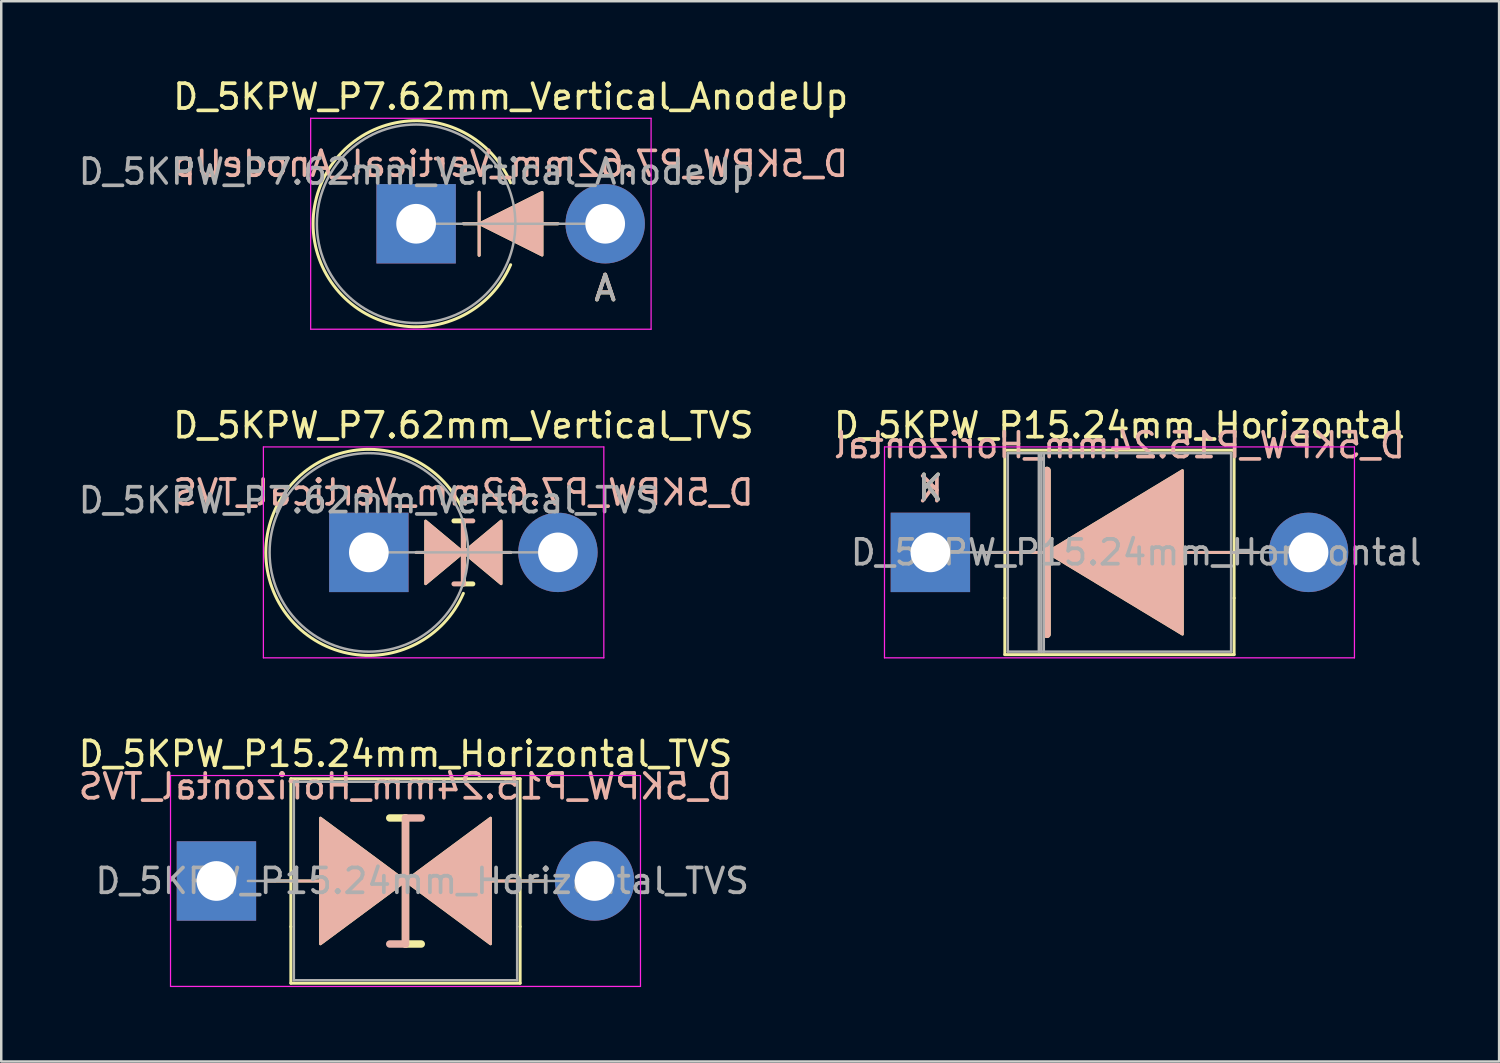
<source format=kicad_pcb>
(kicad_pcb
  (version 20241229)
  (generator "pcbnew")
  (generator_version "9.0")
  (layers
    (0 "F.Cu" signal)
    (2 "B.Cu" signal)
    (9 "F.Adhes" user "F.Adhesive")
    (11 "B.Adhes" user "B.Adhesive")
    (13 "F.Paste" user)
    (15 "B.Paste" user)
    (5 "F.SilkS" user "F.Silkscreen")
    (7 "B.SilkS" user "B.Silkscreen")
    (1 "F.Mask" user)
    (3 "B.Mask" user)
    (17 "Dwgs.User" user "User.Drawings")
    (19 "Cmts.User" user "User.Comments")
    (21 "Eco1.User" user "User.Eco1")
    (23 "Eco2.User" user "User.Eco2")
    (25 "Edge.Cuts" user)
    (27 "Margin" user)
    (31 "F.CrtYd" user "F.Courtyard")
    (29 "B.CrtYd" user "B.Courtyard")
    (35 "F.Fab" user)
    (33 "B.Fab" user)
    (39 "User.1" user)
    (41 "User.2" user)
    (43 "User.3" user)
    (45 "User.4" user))
  (footprint "D_5KPW_P7.62mm_Vertical_TVS"
    (layer "F.Cu")
    (at 11.815 19.212)
    (property "Reference" "D_5KPW_P7.62mm_Vertical_TVS" (at 3.81 -5.12 0) (layer "F.SilkS") (effects (font (size 1 1) (thickness 0.15))))
    (fp_line (start 1.905 0) (end 5.72 0) (stroke (width 0.12) (type solid)) (layer "F.SilkS"))
    (fp_line (start 3.81 -1.27) (end 3.429 -1.27) (stroke (width 0.2) (type solid)) (layer "F.SilkS"))
    (fp_line (start 3.81 1.27) (end 3.81 -1.27) (stroke (width 0.2) (type solid)) (layer "F.SilkS"))
    (fp_line (start 3.81 1.27) (end 4.191 1.27) (stroke (width 0.2) (type solid)) (layer "F.SilkS"))
    (fp_arc (start 3.809999 1.651) (mid -4.152336 0) (end 3.809999 -1.650999) (stroke (width 0.12) (type solid)) (layer "F.SilkS"))
    (fp_poly (pts (xy 3.81 0) (xy 2.286 1.27) (xy 2.286 -1.27)) (stroke (width 0.1) (type solid)) (fill yes) (layer "F.SilkS"))
    (fp_poly (pts (xy 5.334 1.27) (xy 3.81 0) (xy 5.334 -1.27)) (stroke (width 0.1) (type solid)) (fill yes) (layer "F.SilkS"))
    (fp_line (start 1.905 0) (end 5.72 0) (stroke (width 0.12) (type solid)) (layer "B.SilkS"))
    (fp_line (start 3.81 -1.27) (end 3.81 1.27) (stroke (width 0.2) (type solid)) (layer "B.SilkS"))
    (fp_line (start 3.81 -1.27) (end 4.191 -1.27) (stroke (width 0.2) (type solid)) (layer "B.SilkS"))
    (fp_line (start 3.81 1.27) (end 3.429 1.27) (stroke (width 0.2) (type solid)) (layer "B.SilkS"))
    (fp_poly (pts (xy 3.81 0) (xy 2.286 -1.27) (xy 2.286 1.27)) (stroke (width 0.1) (type solid)) (fill yes) (layer "B.SilkS"))
    (fp_poly (pts (xy 5.334 -1.27) (xy 3.81 0) (xy 5.334 1.27)) (stroke (width 0.1) (type solid)) (fill yes) (layer "B.SilkS"))
    (fp_line (start -4.25 -4.25) (end -4.25 4.25) (stroke (width 0.05) (type solid)) (layer "F.CrtYd"))
    (fp_line (start -4.25 4.25) (end 9.47 4.25) (stroke (width 0.05) (type solid)) (layer "F.CrtYd"))
    (fp_line (start 9.47 -4.25) (end -4.25 -4.25) (stroke (width 0.05) (type solid)) (layer "F.CrtYd"))
    (fp_line (start 9.47 4.25) (end 9.47 -4.25) (stroke (width 0.05) (type solid)) (layer "F.CrtYd"))
    (fp_line (start 0 0) (end 7.62 0) (stroke (width 0.1) (type solid)) (layer "F.Fab"))
    (fp_circle (center 0 0) (end 4 0) (stroke (width 0.1) (type solid)) (fill no) (layer "F.Fab"))
    (fp_text user "${REFERENCE}" (at 3.81 -2.413 0) (layer "B.SilkS") (effects (font (size 1 1) (thickness 0.15)) (justify mirror)))
    (fp_text user "${REFERENCE}" (at 0 -2.1 0) (layer "F.Fab") (effects (font (size 1 1) (thickness 0.15))))
    (pad "1" thru_hole rect (at 0 0) (size 3.2 3.2) (drill 1.6) (layers "*.Cu" "*.Mask"))
    (pad "2" thru_hole oval (at 7.62 0) (size 3.2 3.2) (drill 1.6) (layers "*.Cu" "*.Mask")))
  (footprint "D_5KPW_P15.24mm_Horizontal_TVS"
    (layer "F.Cu")
    (at 5.672 32.455)
    (property "Reference" "D_5KPW_P15.24mm_Horizontal_TVS" (at 7.62 -5.12 0) (layer "F.SilkS") (effects (font (size 1 1) (thickness 0.15))))
    (fp_line (start 3 -4.12) (end 12.24 -4.12) (stroke (width 0.12) (type solid)) (layer "F.SilkS"))
    (fp_line (start 3 1.84) (end 3 -4.12) (stroke (width 0.12) (type solid)) (layer "F.SilkS"))
    (fp_line (start 3 1.84) (end 3 4.12) (stroke (width 0.12) (type solid)) (layer "F.SilkS"))
    (fp_line (start 3 4.12) (end 12.24 4.12) (stroke (width 0.12) (type solid)) (layer "F.SilkS"))
    (fp_line (start 4.191 0) (end 2.032 0) (stroke (width 0.12) (type solid)) (layer "F.SilkS"))
    (fp_line (start 7.62 -2.54) (end 6.985 -2.54) (stroke (width 0.3) (type solid)) (layer "F.SilkS"))
    (fp_line (start 7.62 2.54) (end 7.62 -2.54) (stroke (width 0.3) (type solid)) (layer "F.SilkS"))
    (fp_line (start 8.255 2.54) (end 7.62 2.54) (stroke (width 0.3) (type solid)) (layer "F.SilkS"))
    (fp_line (start 12.24 -4.12) (end 12.24 1.84) (stroke (width 0.12) (type solid)) (layer "F.SilkS"))
    (fp_line (start 12.24 4.12) (end 12.24 1.84) (stroke (width 0.12) (type solid)) (layer "F.SilkS"))
    (fp_line (start 13.208 0) (end 11.049 0) (stroke (width 0.12) (type solid)) (layer "F.SilkS"))
    (fp_poly (pts (xy 7.62 0) (xy 4.191 2.54) (xy 4.191 -2.54)) (stroke (width 0.1) (type solid)) (fill yes) (layer "F.SilkS"))
    (fp_poly (pts (xy 7.62 0) (xy 11.049 -2.54) (xy 11.049 2.54)) (stroke (width 0.1) (type solid)) (fill yes) (layer "F.SilkS"))
    (fp_line (start 4.191 0) (end 2.032 0) (stroke (width 0.12) (type solid)) (layer "B.SilkS"))
    (fp_line (start 7.62 -2.54) (end 7.62 2.54) (stroke (width 0.3) (type solid)) (layer "B.SilkS"))
    (fp_line (start 7.62 2.54) (end 6.985 2.54) (stroke (width 0.3) (type solid)) (layer "B.SilkS"))
    (fp_line (start 8.255 -2.54) (end 7.62 -2.54) (stroke (width 0.3) (type solid)) (layer "B.SilkS"))
    (fp_line (start 13.208 0) (end 11.049 0) (stroke (width 0.12) (type solid)) (layer "B.SilkS"))
    (fp_poly (pts (xy 7.62 0) (xy 4.191 -2.54) (xy 4.191 2.54)) (stroke (width 0.1) (type solid)) (fill yes) (layer "B.SilkS"))
    (fp_poly (pts (xy 7.62 0) (xy 11.049 2.54) (xy 11.049 -2.54)) (stroke (width 0.1) (type solid)) (fill yes) (layer "B.SilkS"))
    (fp_line (start -1.85 -4.25) (end -1.85 4.25) (stroke (width 0.05) (type solid)) (layer "F.CrtYd"))
    (fp_line (start -1.85 4.25) (end 17.09 4.25) (stroke (width 0.05) (type solid)) (layer "F.CrtYd"))
    (fp_line (start 17.09 -4.25) (end -1.85 -4.25) (stroke (width 0.05) (type solid)) (layer "F.CrtYd"))
    (fp_line (start 17.09 4.25) (end 17.09 -4.25) (stroke (width 0.05) (type solid)) (layer "F.CrtYd"))
    (fp_line (start 1.27 0) (end 3.12 0) (stroke (width 0.1) (type solid)) (layer "F.Fab"))
    (fp_line (start 3.12 -4) (end 3.12 4) (stroke (width 0.1) (type solid)) (layer "F.Fab"))
    (fp_line (start 3.12 4) (end 12.12 4) (stroke (width 0.1) (type solid)) (layer "F.Fab"))
    (fp_line (start 12.12 -4) (end 3.12 -4) (stroke (width 0.1) (type solid)) (layer "F.Fab"))
    (fp_line (start 12.12 4) (end 12.12 -4) (stroke (width 0.1) (type solid)) (layer "F.Fab"))
    (fp_line (start 13.97 0) (end 12.12 0) (stroke (width 0.1) (type solid)) (layer "F.Fab"))
    (fp_text user "${REFERENCE}" (at 7.62 -3.81 0) (layer "B.SilkS") (effects (font (size 1 1) (thickness 0.15)) (justify mirror)))
    (fp_text user "${REFERENCE}" (at 8.295 0 0) (layer "F.Fab") (effects (font (size 1 1) (thickness 0.15))))
    (pad "1" thru_hole rect (at 0 0) (size 3.2 3.2) (drill 1.6) (layers "*.Cu" "*.Mask"))
    (pad "2" thru_hole oval (at 15.24 0) (size 3.2 3.2) (drill 1.6) (layers "*.Cu" "*.Mask")))
  (footprint "D_5KPW_P15.24mm_Horizontal"
    (layer "F.Cu")
    (at 34.446 19.212)
    (property "Reference" "D_5KPW_P15.24mm_Horizontal" (at 7.62 -5.12 0) (layer "F.SilkS") (effects (font (size 1 1) (thickness 0.15))))
    (fp_line (start 2.032 0) (end 4.699 0) (stroke (width 0.12) (type solid)) (layer "F.SilkS"))
    (fp_line (start 3 -4.12) (end 12.24 -4.12) (stroke (width 0.12) (type solid)) (layer "F.SilkS"))
    (fp_line (start 3 1.84) (end 3 -4.12) (stroke (width 0.12) (type solid)) (layer "F.SilkS"))
    (fp_line (start 3 1.84) (end 3 4.12) (stroke (width 0.12) (type solid)) (layer "F.SilkS"))
    (fp_line (start 3 4.12) (end 12.24 4.12) (stroke (width 0.12) (type solid)) (layer "F.SilkS"))
    (fp_line (start 4.699 -3.302) (end 4.699 3.302) (stroke (width 0.3) (type solid)) (layer "F.SilkS"))
    (fp_line (start 12.24 -4.12) (end 12.24 1.84) (stroke (width 0.12) (type solid)) (layer "F.SilkS"))
    (fp_line (start 12.24 4.12) (end 12.24 1.84) (stroke (width 0.12) (type solid)) (layer "F.SilkS"))
    (fp_line (start 13.208 0) (end 9.67 0) (stroke (width 0.12) (type solid)) (layer "F.SilkS"))
    (fp_poly (pts (xy 10.16 3.302) (xy 4.699 0) (xy 10.16 -3.302)) (stroke (width 0.1) (type solid)) (fill yes) (layer "F.SilkS"))
    (fp_line (start 2.032 0) (end 4.699 0) (stroke (width 0.12) (type solid)) (layer "B.SilkS"))
    (fp_line (start 4.699 3.302) (end 4.699 -3.302) (stroke (width 0.3) (type solid)) (layer "B.SilkS"))
    (fp_line (start 13.208 0) (end 9.67 0) (stroke (width 0.12) (type solid)) (layer "B.SilkS"))
    (fp_poly (pts (xy 10.16 -3.302) (xy 4.699 0) (xy 10.16 3.302)) (stroke (width 0.1) (type solid)) (fill yes) (layer "B.SilkS"))
    (fp_line (start -1.85 -4.25) (end -1.85 4.25) (stroke (width 0.05) (type solid)) (layer "F.CrtYd"))
    (fp_line (start -1.85 4.25) (end 17.09 4.25) (stroke (width 0.05) (type solid)) (layer "F.CrtYd"))
    (fp_line (start 17.09 -4.25) (end -1.85 -4.25) (stroke (width 0.05) (type solid)) (layer "F.CrtYd"))
    (fp_line (start 17.09 4.25) (end 17.09 -4.25) (stroke (width 0.05) (type solid)) (layer "F.CrtYd"))
    (fp_line (start 0 0) (end 3.12 0) (stroke (width 0.1) (type solid)) (layer "F.Fab"))
    (fp_line (start 3.12 -4) (end 3.12 4) (stroke (width 0.1) (type solid)) (layer "F.Fab"))
    (fp_line (start 3.12 4) (end 12.12 4) (stroke (width 0.1) (type solid)) (layer "F.Fab"))
    (fp_line (start 4.37 -4) (end 4.37 4) (stroke (width 0.1) (type solid)) (layer "F.Fab"))
    (fp_line (start 4.47 -4) (end 4.47 4) (stroke (width 0.1) (type solid)) (layer "F.Fab"))
    (fp_line (start 4.57 -4) (end 4.57 4) (stroke (width 0.1) (type solid)) (layer "F.Fab"))
    (fp_line (start 12.12 -4) (end 3.12 -4) (stroke (width 0.1) (type solid)) (layer "F.Fab"))
    (fp_line (start 12.12 4) (end 12.12 -4) (stroke (width 0.1) (type solid)) (layer "F.Fab"))
    (fp_line (start 15.24 0) (end 12.12 0) (stroke (width 0.1) (type solid)) (layer "F.Fab"))
    (fp_text user "K" (at 0 -2.6 0) (layer "F.SilkS") (effects (font (size 1 1) (thickness 0.15))))
    (fp_text user "K" (at 0 -2.54 0) (layer "B.SilkS") (effects (font (size 1 1) (thickness 0.15)) (justify mirror)))
    (fp_text user "${REFERENCE}" (at 7.62 -4.318 0) (layer "B.SilkS") (effects (font (size 1 1) (thickness 0.15)) (justify mirror)))
    (fp_text user "${REFERENCE}" (at 8.295 0 0) (layer "F.Fab") (effects (font (size 1 1) (thickness 0.15))))
    (fp_text user "K" (at 0 -2.6 0) (layer "F.Fab") (effects (font (size 1 1) (thickness 0.15))))
    (pad "1" thru_hole rect (at 0 0) (size 3.2 3.2) (drill 1.6) (layers "*.Cu" "*.Mask"))
    (pad "2" thru_hole oval (at 15.24 0) (size 3.2 3.2) (drill 1.6) (layers "*.Cu" "*.Mask")))
  (footprint "D_5KPW_P7.62mm_Vertical_AnodeUp"
    (layer "F.Cu")
    (at 13.72 5.968)
    (property "Reference" "D_5KPW_P7.62mm_Vertical_AnodeUp" (at 3.81 -5.12 0) (layer "F.SilkS") (effects (font (size 1 1) (thickness 0.15))))
    (fp_line (start 1.905 0) (end 5.72 0) (stroke (width 0.12) (type solid)) (layer "F.SilkS"))
    (fp_line (start 2.54 1.27) (end 2.54 -1.27) (stroke (width 0.12) (type solid)) (layer "F.SilkS"))
    (fp_arc (start 3.809999 1.651) (mid -4.152336 0) (end 3.809999 -1.650999) (stroke (width 0.12) (type solid)) (layer "F.SilkS"))
    (fp_poly (pts (xy 5.08 1.27) (xy 2.54 0) (xy 5.08 -1.27)) (stroke (width 0.1) (type solid)) (fill yes) (layer "F.SilkS"))
    (fp_line (start 1.905 0) (end 5.72 0) (stroke (width 0.12) (type solid)) (layer "B.SilkS"))
    (fp_line (start 2.54 -1.27) (end 2.54 1.27) (stroke (width 0.12) (type solid)) (layer "B.SilkS"))
    (fp_poly (pts (xy 5.08 -1.27) (xy 2.54 0) (xy 5.08 1.27)) (stroke (width 0.1) (type solid)) (fill yes) (layer "B.SilkS"))
    (fp_line (start -4.25 -4.25) (end -4.25 4.25) (stroke (width 0.05) (type solid)) (layer "F.CrtYd"))
    (fp_line (start -4.25 4.25) (end 9.47 4.25) (stroke (width 0.05) (type solid)) (layer "F.CrtYd"))
    (fp_line (start 9.47 -4.25) (end -4.25 -4.25) (stroke (width 0.05) (type solid)) (layer "F.CrtYd"))
    (fp_line (start 9.47 4.25) (end 9.47 -4.25) (stroke (width 0.05) (type solid)) (layer "F.CrtYd"))
    (fp_line (start 0 0) (end 7.62 0) (stroke (width 0.1) (type solid)) (layer "F.Fab"))
    (fp_circle (center 0 0) (end 4 0) (stroke (width 0.1) (type solid)) (fill no) (layer "F.Fab"))
    (fp_text user "A" (at 7.62 2.6 0) (layer "F.SilkS") (effects (font (size 1 1) (thickness 0.15))))
    (fp_text user "A" (at 7.62 2.591 0) (layer "B.SilkS") (effects (font (size 1 1) (thickness 0.15)) (justify mirror)))
    (fp_text user "${REFERENCE}" (at 3.81 -2.413 0) (unlocked yes) (layer "B.SilkS") (effects (font (size 1 1) (thickness 0.15)) (justify mirror)))
    (fp_text user "${REFERENCE}" (at 0 -2.1 0) (layer "F.Fab") (effects (font (size 1 1) (thickness 0.15))))
    (fp_text user "A" (at 7.62 2.6 0) (layer "F.Fab") (effects (font (size 1 1) (thickness 0.15))))
    (pad "1" thru_hole rect (at 0 0) (size 3.2 3.2) (drill 1.6) (layers "*.Cu" "*.Mask"))
    (pad "2" thru_hole oval (at 7.62 0) (size 3.2 3.2) (drill 1.6) (layers "*.Cu" "*.Mask")))
  (gr_rect
    (start -3 -3)
    (end 57.366 39.73)
    (stroke (width 0.1) (type default))
    (fill no)
    (layer "Edge.Cuts")))
</source>
